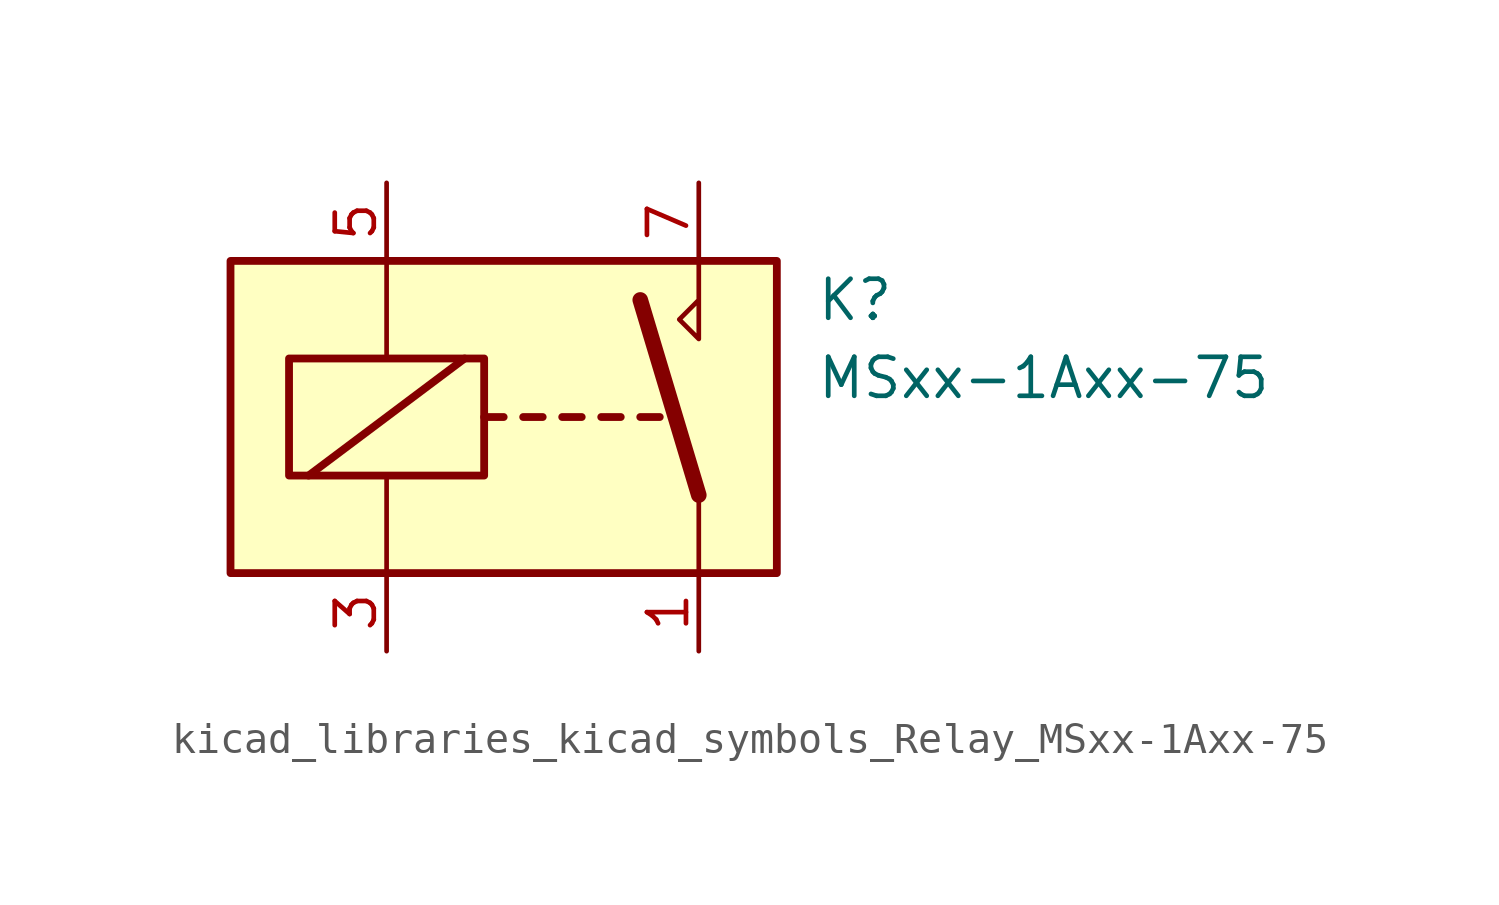
<source format=kicad_sym>
(kicad_symbol_lib
  (version 20220914)
  (generator kicad_symbol_editor)
  (symbol "kicad_libraries_kicad_symbols_Relay_MSxx-1Axx-75"
    (property "Reference" "K"
      (at 8.89 3.81 0)
      (effects (font (size 1.27 1.27)) (justify left)))
    (property "Value" "MSxx-1Axx-75"
      (at 8.89 1.27 0)
      (effects (font (size 1.27 1.27)) (justify left)))
    (symbol "kicad_libraries_kicad_symbols_Relay_MSxx-1Axx-75_0_0"
      (polyline (pts (xy 5.08 5.08) (xy 5.08 2.54) (xy 4.445 3.175) (xy 5.08 3.81)) (stroke (width 0) (type default)) (fill (type none))))
    (symbol "kicad_libraries_kicad_symbols_Relay_MSxx-1Axx-75_0_1"
      (rectangle (start -10.16 5.08) (end 7.62 -5.08) (stroke (width 0.254) (type default)) (fill (type background)))
      (rectangle (start -8.255 1.905) (end -1.905 -1.905) (stroke (width 0.254) (type default)) (fill (type none)))
      (polyline (pts (xy -7.62 -1.905) (xy -2.54 1.905)) (stroke (width 0.254) (type default)) (fill (type none)))
      (polyline (pts (xy -5.08 -5.08) (xy -5.08 -1.905)) (stroke (width 0) (type default)) (fill (type none)))
      (polyline (pts (xy -5.08 5.08) (xy -5.08 1.905)) (stroke (width 0) (type default)) (fill (type none)))
      (polyline (pts (xy -1.905 0) (xy -1.27 0)) (stroke (width 0.254) (type default)) (fill (type none)))
      (polyline (pts (xy -0.635 0) (xy 0 0)) (stroke (width 0.254) (type default)) (fill (type none)))
      (polyline (pts (xy 0.635 0) (xy 1.27 0)) (stroke (width 0.254) (type default)) (fill (type none)))
      (polyline (pts (xy 1.905 0) (xy 2.54 0)) (stroke (width 0.254) (type default)) (fill (type none)))
      (polyline (pts (xy 3.175 0) (xy 3.81 0)) (stroke (width 0.254) (type default)) (fill (type none)))
      (polyline (pts (xy 5.08 -2.54) (xy 3.175 3.81)) (stroke (width 0.508) (type default)) (fill (type none)))
      (polyline (pts (xy 5.08 -2.54) (xy 5.08 -5.08)) (stroke (width 0) (type default)) (fill (type none))))
    (symbol "kicad_libraries_kicad_symbols_Relay_MSxx-1Axx-75_1_1"
      (pin passive line (at 5.08 -7.62 90) (length 2.54) (name "~" (effects (font (size 1.27 1.27)))) (number "1" (effects (font (size 1.27 1.27)))))
      (pin passive line (at -5.08 -7.62 90) (length 2.54) (name "~" (effects (font (size 1.27 1.27)))) (number "3" (effects (font (size 1.27 1.27)))))
      (pin passive line (at -5.08 7.62 270) (length 2.54) (name "~" (effects (font (size 1.27 1.27)))) (number "5" (effects (font (size 1.27 1.27)))))
      (pin passive line (at 5.08 7.62 270) (length 2.54) (name "~" (effects (font (size 1.27 1.27)))) (number "7" (effects (font (size 1.27 1.27))))))))
</source>
